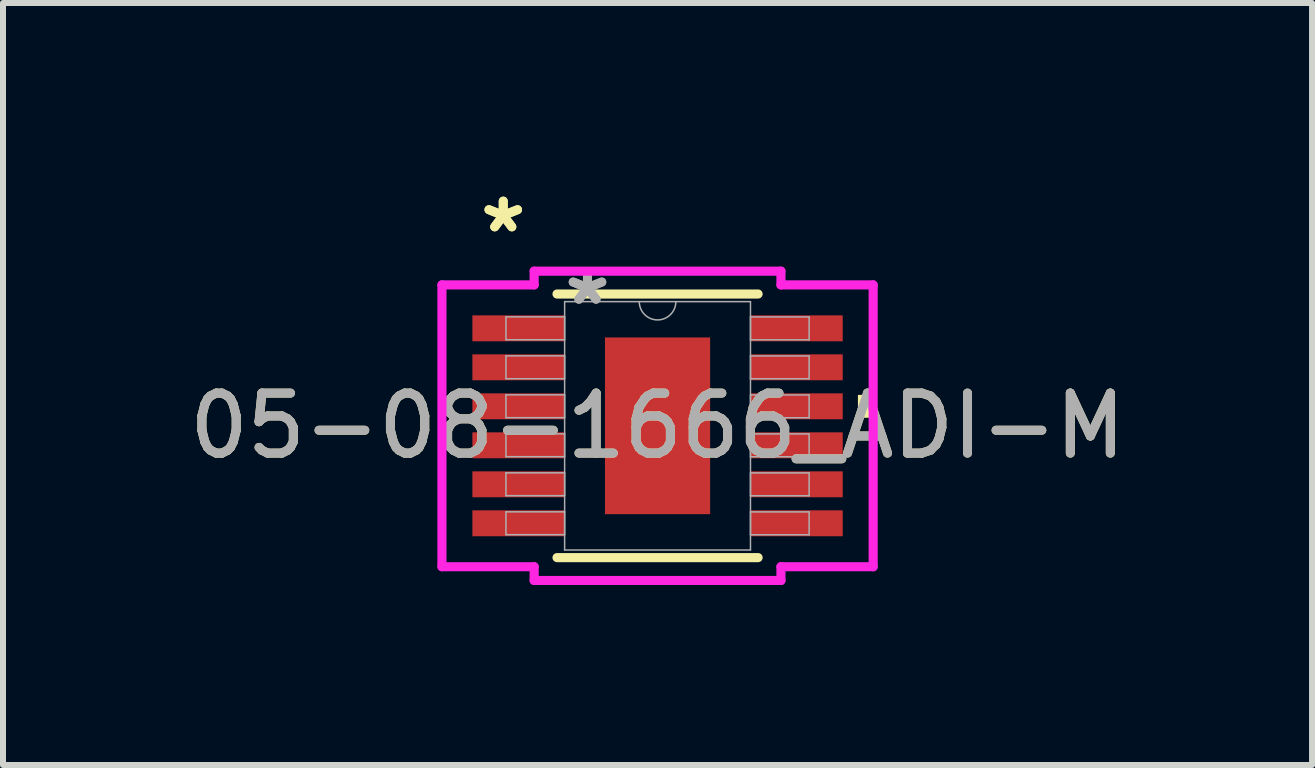
<source format=kicad_pcb>
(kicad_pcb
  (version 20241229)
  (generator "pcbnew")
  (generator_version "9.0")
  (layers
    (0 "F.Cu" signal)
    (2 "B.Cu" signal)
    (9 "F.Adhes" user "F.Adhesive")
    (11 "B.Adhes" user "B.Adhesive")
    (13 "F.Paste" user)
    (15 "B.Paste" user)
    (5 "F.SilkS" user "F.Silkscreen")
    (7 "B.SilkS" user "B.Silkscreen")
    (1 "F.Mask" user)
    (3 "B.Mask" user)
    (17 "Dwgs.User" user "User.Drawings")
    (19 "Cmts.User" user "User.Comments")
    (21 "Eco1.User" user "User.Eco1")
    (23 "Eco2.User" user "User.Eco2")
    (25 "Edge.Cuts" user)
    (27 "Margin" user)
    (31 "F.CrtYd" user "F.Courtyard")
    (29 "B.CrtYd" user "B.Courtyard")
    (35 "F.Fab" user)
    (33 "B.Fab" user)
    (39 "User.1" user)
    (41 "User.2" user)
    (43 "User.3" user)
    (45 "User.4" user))
  (footprint "05-08-1666_ADI-M"
    (layer "F.Cu")
    (at 7.911 4.048)
    (property "Reference" "05-08-1666_ADI-M" (at 0 0 0) (unlocked yes) (layer "F.SilkS") (effects (font (size 1 1) (thickness 0.15))))
    (attr smd)
    (fp_line (start -1.676 2.197) (end 1.676 2.197) (stroke (width 0.152) (type solid)) (layer "F.SilkS"))
    (fp_line (start 1.676 -2.197) (end -1.676 -2.197) (stroke (width 0.152) (type solid)) (layer "F.SilkS"))
    (fp_poly (pts (xy 3.594 -0.515) (xy 3.594 -0.134) (xy 3.34 -0.134) (xy 3.34 -0.515)) (stroke (width 0) (type solid)) (fill yes) (layer "F.SilkS"))
    (fp_poly (pts (xy -0.776 -1.373) (xy -0.776 -0.1) (xy 0.776 -0.1) (xy 0.776 -1.373)) (stroke (width 0) (type solid)) (fill yes) (layer "F.Paste"))
    (fp_poly (pts (xy -0.776 0.1) (xy -0.776 1.373) (xy 0.776 1.373) (xy 0.776 0.1)) (stroke (width 0) (type solid)) (fill yes) (layer "F.Paste"))
    (fp_line (start -3.594 -2.349) (end -2.057 -2.349) (stroke (width 0.152) (type solid)) (layer "F.CrtYd"))
    (fp_line (start -3.594 2.349) (end -3.594 -2.349) (stroke (width 0.152) (type solid)) (layer "F.CrtYd"))
    (fp_line (start -3.594 2.349) (end -2.057 2.349) (stroke (width 0.152) (type solid)) (layer "F.CrtYd"))
    (fp_line (start -2.057 -2.578) (end 2.057 -2.578) (stroke (width 0.152) (type solid)) (layer "F.CrtYd"))
    (fp_line (start -2.057 -2.349) (end -2.057 -2.578) (stroke (width 0.152) (type solid)) (layer "F.CrtYd"))
    (fp_line (start -2.057 2.578) (end -2.057 2.349) (stroke (width 0.152) (type solid)) (layer "F.CrtYd"))
    (fp_line (start 2.057 -2.578) (end 2.057 -2.349) (stroke (width 0.152) (type solid)) (layer "F.CrtYd"))
    (fp_line (start 2.057 2.349) (end 2.057 2.578) (stroke (width 0.152) (type solid)) (layer "F.CrtYd"))
    (fp_line (start 2.057 2.578) (end -2.057 2.578) (stroke (width 0.152) (type solid)) (layer "F.CrtYd"))
    (fp_line (start 3.594 -2.349) (end 2.057 -2.349) (stroke (width 0.152) (type solid)) (layer "F.CrtYd"))
    (fp_line (start 3.594 -2.349) (end 3.594 2.349) (stroke (width 0.152) (type solid)) (layer "F.CrtYd"))
    (fp_line (start 3.594 2.349) (end 2.057 2.349) (stroke (width 0.152) (type solid)) (layer "F.CrtYd"))
    (fp_line (start -2.527 -1.816) (end -2.527 -1.435) (stroke (width 0.025) (type solid)) (layer "F.Fab"))
    (fp_line (start -2.527 -1.435) (end -1.549 -1.435) (stroke (width 0.025) (type solid)) (layer "F.Fab"))
    (fp_line (start -2.527 -1.166) (end -2.527 -0.785) (stroke (width 0.025) (type solid)) (layer "F.Fab"))
    (fp_line (start -2.527 -0.785) (end -1.549 -0.785) (stroke (width 0.025) (type solid)) (layer "F.Fab"))
    (fp_line (start -2.527 -0.516) (end -2.527 -0.135) (stroke (width 0.025) (type solid)) (layer "F.Fab"))
    (fp_line (start -2.527 -0.135) (end -1.549 -0.135) (stroke (width 0.025) (type solid)) (layer "F.Fab"))
    (fp_line (start -2.527 0.134) (end -2.527 0.515) (stroke (width 0.025) (type solid)) (layer "F.Fab"))
    (fp_line (start -2.527 0.515) (end -1.549 0.515) (stroke (width 0.025) (type solid)) (layer "F.Fab"))
    (fp_line (start -2.527 0.784) (end -2.527 1.165) (stroke (width 0.025) (type solid)) (layer "F.Fab"))
    (fp_line (start -2.527 1.165) (end -1.549 1.165) (stroke (width 0.025) (type solid)) (layer "F.Fab"))
    (fp_line (start -2.527 1.434) (end -2.527 1.815) (stroke (width 0.025) (type solid)) (layer "F.Fab"))
    (fp_line (start -2.527 1.815) (end -1.549 1.815) (stroke (width 0.025) (type solid)) (layer "F.Fab"))
    (fp_line (start -1.549 -2.07) (end -1.549 2.07) (stroke (width 0.025) (type solid)) (layer "F.Fab"))
    (fp_line (start -1.549 -1.816) (end -2.527 -1.816) (stroke (width 0.025) (type solid)) (layer "F.Fab"))
    (fp_line (start -1.549 -1.435) (end -1.549 -1.816) (stroke (width 0.025) (type solid)) (layer "F.Fab"))
    (fp_line (start -1.549 -1.166) (end -2.527 -1.166) (stroke (width 0.025) (type solid)) (layer "F.Fab"))
    (fp_line (start -1.549 -0.785) (end -1.549 -1.166) (stroke (width 0.025) (type solid)) (layer "F.Fab"))
    (fp_line (start -1.549 -0.516) (end -2.527 -0.516) (stroke (width 0.025) (type solid)) (layer "F.Fab"))
    (fp_line (start -1.549 -0.135) (end -1.549 -0.516) (stroke (width 0.025) (type solid)) (layer "F.Fab"))
    (fp_line (start -1.549 0.134) (end -2.527 0.134) (stroke (width 0.025) (type solid)) (layer "F.Fab"))
    (fp_line (start -1.549 0.515) (end -1.549 0.134) (stroke (width 0.025) (type solid)) (layer "F.Fab"))
    (fp_line (start -1.549 0.784) (end -2.527 0.784) (stroke (width 0.025) (type solid)) (layer "F.Fab"))
    (fp_line (start -1.549 1.165) (end -1.549 0.784) (stroke (width 0.025) (type solid)) (layer "F.Fab"))
    (fp_line (start -1.549 1.434) (end -2.527 1.434) (stroke (width 0.025) (type solid)) (layer "F.Fab"))
    (fp_line (start -1.549 1.815) (end -1.549 1.434) (stroke (width 0.025) (type solid)) (layer "F.Fab"))
    (fp_line (start -1.549 2.07) (end 1.549 2.07) (stroke (width 0.025) (type solid)) (layer "F.Fab"))
    (fp_line (start 1.549 -2.07) (end -1.549 -2.07) (stroke (width 0.025) (type solid)) (layer "F.Fab"))
    (fp_line (start 1.549 -1.815) (end 1.549 -1.434) (stroke (width 0.025) (type solid)) (layer "F.Fab"))
    (fp_line (start 1.549 -1.434) (end 2.527 -1.434) (stroke (width 0.025) (type solid)) (layer "F.Fab"))
    (fp_line (start 1.549 -1.165) (end 1.549 -0.784) (stroke (width 0.025) (type solid)) (layer "F.Fab"))
    (fp_line (start 1.549 -0.784) (end 2.527 -0.784) (stroke (width 0.025) (type solid)) (layer "F.Fab"))
    (fp_line (start 1.549 -0.515) (end 1.549 -0.134) (stroke (width 0.025) (type solid)) (layer "F.Fab"))
    (fp_line (start 1.549 -0.134) (end 2.527 -0.134) (stroke (width 0.025) (type solid)) (layer "F.Fab"))
    (fp_line (start 1.549 0.135) (end 1.549 0.516) (stroke (width 0.025) (type solid)) (layer "F.Fab"))
    (fp_line (start 1.549 0.516) (end 2.527 0.516) (stroke (width 0.025) (type solid)) (layer "F.Fab"))
    (fp_line (start 1.549 0.785) (end 1.549 1.166) (stroke (width 0.025) (type solid)) (layer "F.Fab"))
    (fp_line (start 1.549 1.166) (end 2.527 1.166) (stroke (width 0.025) (type solid)) (layer "F.Fab"))
    (fp_line (start 1.549 1.435) (end 1.549 1.816) (stroke (width 0.025) (type solid)) (layer "F.Fab"))
    (fp_line (start 1.549 1.816) (end 2.527 1.816) (stroke (width 0.025) (type solid)) (layer "F.Fab"))
    (fp_line (start 1.549 2.07) (end 1.549 -2.07) (stroke (width 0.025) (type solid)) (layer "F.Fab"))
    (fp_line (start 2.527 -1.815) (end 1.549 -1.815) (stroke (width 0.025) (type solid)) (layer "F.Fab"))
    (fp_line (start 2.527 -1.434) (end 2.527 -1.815) (stroke (width 0.025) (type solid)) (layer "F.Fab"))
    (fp_line (start 2.527 -1.165) (end 1.549 -1.165) (stroke (width 0.025) (type solid)) (layer "F.Fab"))
    (fp_line (start 2.527 -0.784) (end 2.527 -1.165) (stroke (width 0.025) (type solid)) (layer "F.Fab"))
    (fp_line (start 2.527 -0.515) (end 1.549 -0.515) (stroke (width 0.025) (type solid)) (layer "F.Fab"))
    (fp_line (start 2.527 -0.134) (end 2.527 -0.515) (stroke (width 0.025) (type solid)) (layer "F.Fab"))
    (fp_line (start 2.527 0.135) (end 1.549 0.135) (stroke (width 0.025) (type solid)) (layer "F.Fab"))
    (fp_line (start 2.527 0.516) (end 2.527 0.135) (stroke (width 0.025) (type solid)) (layer "F.Fab"))
    (fp_line (start 2.527 0.785) (end 1.549 0.785) (stroke (width 0.025) (type solid)) (layer "F.Fab"))
    (fp_line (start 2.527 1.166) (end 2.527 0.785) (stroke (width 0.025) (type solid)) (layer "F.Fab"))
    (fp_line (start 2.527 1.435) (end 1.549 1.435) (stroke (width 0.025) (type solid)) (layer "F.Fab"))
    (fp_line (start 2.527 1.816) (end 2.527 1.435) (stroke (width 0.025) (type solid)) (layer "F.Fab"))
    (fp_arc (start 0.3048 -2.0701) (mid 0 -1.7653) (end -0.3048 -2.0701) (stroke (width 0.0254) (type solid)) (layer "F.Fab"))
    (fp_text user "*" (at -2.572 -3.2 0) (layer "F.SilkS") (effects (font (size 1 1) (thickness 0.15))))
    (fp_text user "*" (at -2.572 -3.2 0) (unlocked yes) (layer "F.SilkS") (effects (font (size 1 1) (thickness 0.15))))
    (fp_text user "${REFERENCE}" (at 0 0 0) (unlocked yes) (layer "F.Fab") (effects (font (size 1 1) (thickness 0.15))))
    (fp_text user "*" (at -1.168 -1.994 0) (layer "F.Fab") (effects (font (size 1 1) (thickness 0.15))))
    (fp_text user "*" (at -1.168 -1.994 0) (unlocked yes) (layer "F.Fab") (effects (font (size 1 1) (thickness 0.15))))
    (pad "1" smd rect (at -2.318 -1.625) (size 1.537 0.432) (layers "F.Cu" "F.Mask" "F.Paste"))
    (pad "2" smd rect (at -2.318 -0.975) (size 1.537 0.432) (layers "F.Cu" "F.Mask" "F.Paste"))
    (pad "3" smd rect (at -2.318 -0.325) (size 1.537 0.432) (layers "F.Cu" "F.Mask" "F.Paste"))
    (pad "4" smd rect (at -2.318 0.325) (size 1.537 0.432) (layers "F.Cu" "F.Mask" "F.Paste"))
    (pad "5" smd rect (at -2.318 0.975) (size 1.537 0.432) (layers "F.Cu" "F.Mask" "F.Paste"))
    (pad "6" smd rect (at -2.318 1.625) (size 1.537 0.432) (layers "F.Cu" "F.Mask" "F.Paste"))
    (pad "7" smd rect (at 2.318 1.625) (size 1.537 0.432) (layers "F.Cu" "F.Mask" "F.Paste"))
    (pad "8" smd rect (at 2.318 0.975) (size 1.537 0.432) (layers "F.Cu" "F.Mask" "F.Paste"))
    (pad "9" smd rect (at 2.318 0.325) (size 1.537 0.432) (layers "F.Cu" "F.Mask" "F.Paste"))
    (pad "10" smd rect (at 2.318 -0.325) (size 1.537 0.432) (layers "F.Cu" "F.Mask" "F.Paste"))
    (pad "11" smd rect (at 2.318 -0.975) (size 1.537 0.432) (layers "F.Cu" "F.Mask" "F.Paste"))
    (pad "12" smd rect (at 2.318 -1.625) (size 1.537 0.432) (layers "F.Cu" "F.Mask" "F.Paste"))
    (pad "13" smd rect (at 0 0) (size 1.753 2.946) (layers "F.Cu" "F.Mask")))
  (gr_rect
    (start -3 -3)
    (end 18.821 9.702)
    (stroke (width 0.1) (type default))
    (fill no)
    (layer "Edge.Cuts")))
</source>
